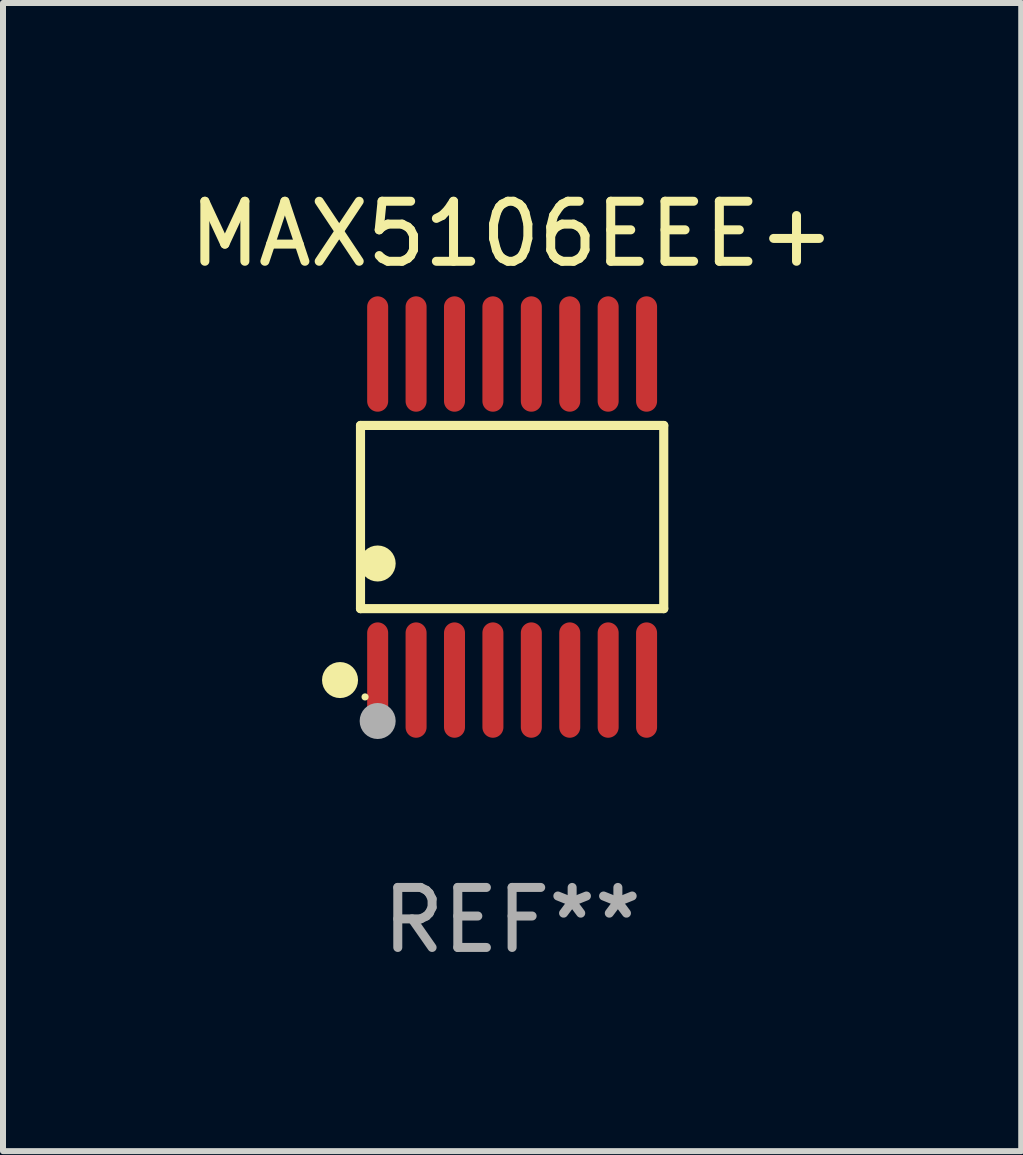
<source format=kicad_pcb>
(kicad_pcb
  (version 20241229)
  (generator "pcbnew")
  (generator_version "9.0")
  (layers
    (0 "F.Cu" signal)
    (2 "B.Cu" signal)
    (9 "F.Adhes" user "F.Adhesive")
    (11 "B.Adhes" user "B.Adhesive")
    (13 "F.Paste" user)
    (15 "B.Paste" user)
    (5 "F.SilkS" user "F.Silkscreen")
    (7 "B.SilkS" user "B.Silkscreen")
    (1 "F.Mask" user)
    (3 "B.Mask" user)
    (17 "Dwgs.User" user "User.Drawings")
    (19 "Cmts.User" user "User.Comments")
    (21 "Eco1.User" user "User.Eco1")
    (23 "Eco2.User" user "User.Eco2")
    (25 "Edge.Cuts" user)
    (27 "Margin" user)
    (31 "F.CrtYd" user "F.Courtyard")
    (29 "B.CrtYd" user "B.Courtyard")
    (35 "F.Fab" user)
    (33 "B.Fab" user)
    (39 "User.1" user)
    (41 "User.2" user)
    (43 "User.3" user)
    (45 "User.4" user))
  (footprint "MAX5106EEE+"
    (layer "F.Cu")
    (at 5.482 5.564)
    (property "Reference" "MAX5106EEE+" (at 0 -4.716 0) (layer "F.SilkS") (effects (font (size 1 1) (thickness 0.15))))
    (attr through_hole)
    (fp_line (start -2.526 -1.526) (end 2.526 -1.526) (stroke (width 0.152) (type solid)) (layer "F.SilkS"))
    (fp_line (start -2.526 1.526) (end -2.526 -1.526) (stroke (width 0.152) (type solid)) (layer "F.SilkS"))
    (fp_line (start 2.526 -1.526) (end 2.526 1.526) (stroke (width 0.152) (type solid)) (layer "F.SilkS"))
    (fp_line (start 2.526 1.526) (end -2.526 1.526) (stroke (width 0.152) (type solid)) (layer "F.SilkS"))
    (fp_circle (center -2.867 2.716) (end -2.717 2.716) (stroke (width 0.3) (type solid)) (fill no) (layer "F.SilkS"))
    (fp_circle (center -2.45 2.997) (end -2.42 2.997) (stroke (width 0.06) (type solid)) (fill no) (layer "F.SilkS"))
    (fp_circle (center -2.24 0.774) (end -2.09 0.774) (stroke (width 0.3) (type solid)) (fill no) (layer "F.SilkS"))
    (fp_circle (center -2.24 3.398) (end -2.09 3.398) (stroke (width 0.3) (type solid)) (fill no) (layer "F.Fab"))
    (fp_text user "REF**" (at 0 6.716 0) (layer "F.Fab") (effects (font (size 1 1) (thickness 0.15))))
    (pad "1" smd oval (at -2.24 2.716) (size 0.35 1.922) (layers "F.Cu" "F.Mask" "F.Paste"))
    (pad "2" smd oval (at -1.6 2.716) (size 0.35 1.922) (layers "F.Cu" "F.Mask" "F.Paste"))
    (pad "3" smd oval (at -0.96 2.716) (size 0.35 1.922) (layers "F.Cu" "F.Mask" "F.Paste"))
    (pad "4" smd oval (at -0.32 2.716) (size 0.35 1.922) (layers "F.Cu" "F.Mask" "F.Paste"))
    (pad "5" smd oval (at 0.32 2.716) (size 0.35 1.922) (layers "F.Cu" "F.Mask" "F.Paste"))
    (pad "6" smd oval (at 0.96 2.716) (size 0.35 1.922) (layers "F.Cu" "F.Mask" "F.Paste"))
    (pad "7" smd oval (at 1.6 2.716) (size 0.35 1.922) (layers "F.Cu" "F.Mask" "F.Paste"))
    (pad "8" smd oval (at 2.24 2.716) (size 0.35 1.922) (layers "F.Cu" "F.Mask" "F.Paste"))
    (pad "9" smd oval (at 2.24 -2.716) (size 0.35 1.922) (layers "F.Cu" "F.Mask" "F.Paste"))
    (pad "10" smd oval (at 1.6 -2.716) (size 0.35 1.922) (layers "F.Cu" "F.Mask" "F.Paste"))
    (pad "11" smd oval (at 0.96 -2.716) (size 0.35 1.922) (layers "F.Cu" "F.Mask" "F.Paste"))
    (pad "12" smd oval (at 0.32 -2.716) (size 0.35 1.922) (layers "F.Cu" "F.Mask" "F.Paste"))
    (pad "13" smd oval (at -0.32 -2.716) (size 0.35 1.922) (layers "F.Cu" "F.Mask" "F.Paste"))
    (pad "14" smd oval (at -0.96 -2.716) (size 0.35 1.922) (layers "F.Cu" "F.Mask" "F.Paste"))
    (pad "15" smd oval (at -1.6 -2.716) (size 0.35 1.922) (layers "F.Cu" "F.Mask" "F.Paste"))
    (pad "16" smd oval (at -2.24 -2.716) (size 0.35 1.922) (layers "F.Cu" "F.Mask" "F.Paste")))
  (gr_rect
    (start -3 -3)
    (end 13.964 16.128)
    (stroke (width 0.1) (type default))
    (fill no)
    (layer "Edge.Cuts")))
</source>
